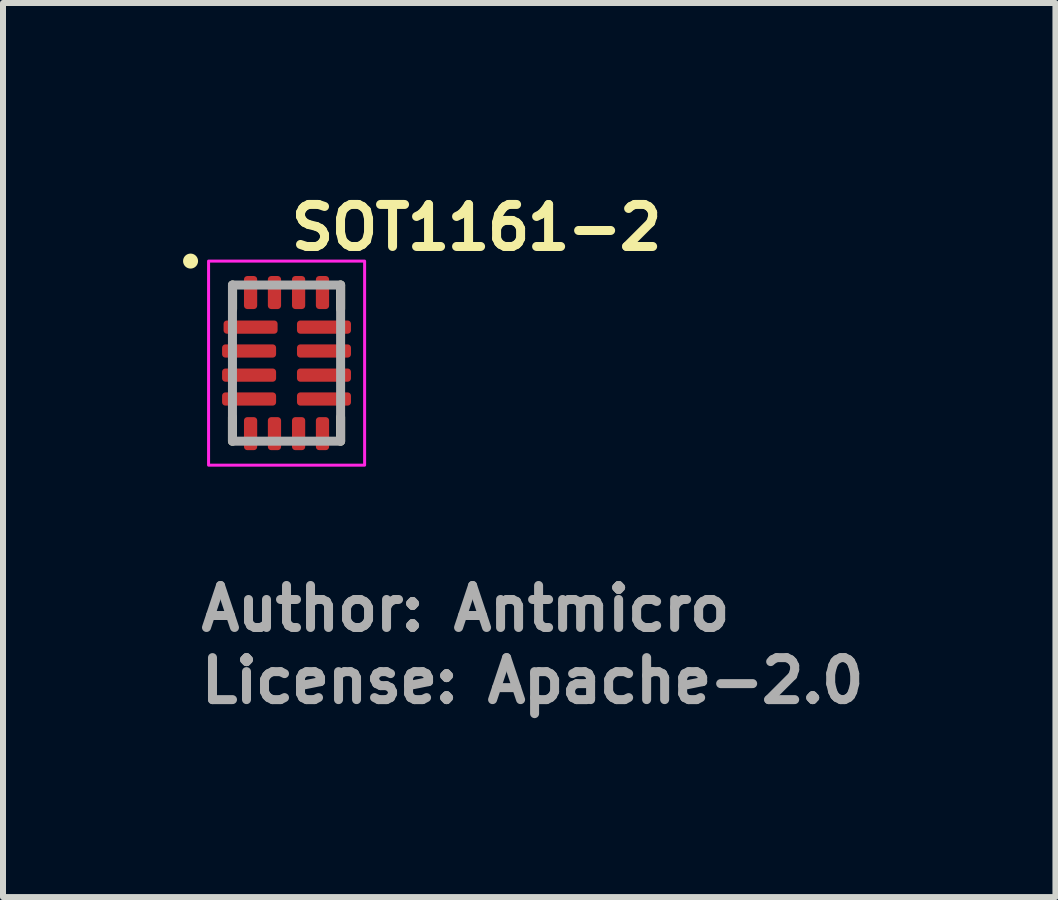
<source format=kicad_pcb>
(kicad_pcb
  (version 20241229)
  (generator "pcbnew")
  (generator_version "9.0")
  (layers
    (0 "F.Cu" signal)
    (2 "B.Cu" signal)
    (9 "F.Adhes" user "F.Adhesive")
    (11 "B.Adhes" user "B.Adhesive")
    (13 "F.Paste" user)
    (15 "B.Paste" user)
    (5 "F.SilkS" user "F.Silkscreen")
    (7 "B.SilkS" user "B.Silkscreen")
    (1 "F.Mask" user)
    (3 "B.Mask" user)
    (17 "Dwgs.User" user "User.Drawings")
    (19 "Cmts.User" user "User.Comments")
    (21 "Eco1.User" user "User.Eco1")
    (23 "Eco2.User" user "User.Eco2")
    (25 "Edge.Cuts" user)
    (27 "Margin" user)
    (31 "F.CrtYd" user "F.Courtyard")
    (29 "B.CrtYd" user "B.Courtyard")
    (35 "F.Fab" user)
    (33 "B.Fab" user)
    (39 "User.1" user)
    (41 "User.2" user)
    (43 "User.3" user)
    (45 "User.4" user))
  (footprint "SOT1161-2"
    (layer "F.Cu")
    (at 1.725 3)
    (property "Reference" "SOT1161-2" (at 0 -1.85 0) (layer "F.SilkS") (effects (font (size 0.7 0.7) (thickness 0.15)) (justify left bottom)))
    (attr smd)
    (fp_line (start -0.902 0.9) (end -0.902 1.3) (stroke (width 0.15) (type solid)) (layer "F.SilkS"))
    (fp_line (start -0.9 -0.9) (end -0.9 -1.3) (stroke (width 0.15) (type solid)) (layer "F.SilkS"))
    (fp_line (start 0.9 -0.901) (end 0.9 -1.301) (stroke (width 0.15) (type solid)) (layer "F.SilkS"))
    (fp_line (start 0.9 0.9) (end 0.9 1.3) (stroke (width 0.15) (type solid)) (layer "F.SilkS"))
    (fp_circle (center -1.6 -1.7) (end -1.55 -1.7) (stroke (width 0.15) (type solid)) (fill yes) (layer "F.SilkS"))
    (fp_rect (start -1.3 -1.7) (end 1.3 1.7) (stroke (width 0.05) (type solid)) (fill no) (layer "F.CrtYd"))
    (fp_line (start -0.902 -1.301) (end 0.9 -1.301) (stroke (width 0.15) (type solid)) (layer "F.Fab"))
    (fp_line (start -0.902 1.3) (end -0.902 -1.301) (stroke (width 0.15) (type solid)) (layer "F.Fab"))
    (fp_line (start 0.9 -1.301) (end 0.9 1.3) (stroke (width 0.15) (type solid)) (layer "F.Fab"))
    (fp_line (start 0.9 1.3) (end -0.902 1.3) (stroke (width 0.15) (type solid)) (layer "F.Fab"))
    (fp_rect (start -0.902 -1.301) (end 0.9 1.3) (stroke (width 0.1) (type solid)) (fill no) (layer "User.5"))
    (fp_line (start -0.902 -1.301) (end 0.9 -1.301) (stroke (width 0.02) (type solid)) (layer "User.9"))
    (fp_line (start -0.902 1.3) (end -0.902 -1.301) (stroke (width 0.02) (type solid)) (layer "User.9"))
    (fp_line (start 0.9 -1.301) (end 0.9 1.3) (stroke (width 0.02) (type solid)) (layer "User.9"))
    (fp_line (start 0.9 1.3) (end -0.902 1.3) (stroke (width 0.02) (type solid)) (layer "User.9"))
    (fp_text user "License: Apache-2.0" (at -1.5 5.7 0) (layer "F.Fab") (effects (font (size 0.7 0.7) (thickness 0.15)) (justify left bottom)))
    (fp_text user "Author: Antmicro" (at -1.5 4.498 0) (layer "F.Fab") (effects (font (size 0.7 0.7) (thickness 0.15)) (justify left bottom)))
    (pad "1" smd roundrect (at -0.6 -0.6 90) (size 0.22 0.9) (layers "F.Cu" "F.Mask" "F.Paste") (roundrect_rratio 0.25))
    (pad "2" smd roundrect (at -0.625 -0.202 90) (size 0.22 0.9) (layers "F.Cu" "F.Mask" "F.Paste") (roundrect_rratio 0.25))
    (pad "3" smd roundrect (at -0.625 0.2 90) (size 0.22 0.9) (layers "F.Cu" "F.Mask" "F.Paste") (roundrect_rratio 0.25))
    (pad "4" smd roundrect (at -0.625 0.598 90) (size 0.22 0.9) (layers "F.Cu" "F.Mask" "F.Paste") (roundrect_rratio 0.25))
    (pad "5" smd roundrect (at -0.6 1.175) (size 0.22 0.55) (layers "F.Cu" "F.Mask" "F.Paste") (roundrect_rratio 0.25))
    (pad "6" smd roundrect (at -0.202 1.175) (size 0.22 0.55) (layers "F.Cu" "F.Mask" "F.Paste") (roundrect_rratio 0.25))
    (pad "7" smd roundrect (at 0.2 1.175) (size 0.22 0.55) (layers "F.Cu" "F.Mask" "F.Paste") (roundrect_rratio 0.25))
    (pad "8" smd roundrect (at 0.598 1.175) (size 0.22 0.55) (layers "F.Cu" "F.Mask" "F.Paste") (roundrect_rratio 0.25))
    (pad "9" smd roundrect (at 0.623 0.598 90) (size 0.22 0.9) (layers "F.Cu" "F.Mask" "F.Paste") (roundrect_rratio 0.25))
    (pad "10" smd roundrect (at 0.623 0.2 90) (size 0.22 0.9) (layers "F.Cu" "F.Mask" "F.Paste") (roundrect_rratio 0.25))
    (pad "11" smd roundrect (at 0.623 -0.202 90) (size 0.22 0.9) (layers "F.Cu" "F.Mask" "F.Paste") (roundrect_rratio 0.25))
    (pad "12" smd roundrect (at 0.623 -0.6 90) (size 0.22 0.9) (layers "F.Cu" "F.Mask" "F.Paste") (roundrect_rratio 0.25))
    (pad "13" smd roundrect (at 0.598 -1.176) (size 0.22 0.55) (layers "F.Cu" "F.Mask" "F.Paste") (roundrect_rratio 0.25))
    (pad "14" smd roundrect (at 0.2 -1.176) (size 0.22 0.55) (layers "F.Cu" "F.Mask" "F.Paste") (roundrect_rratio 0.25))
    (pad "15" smd roundrect (at -0.202 -1.176) (size 0.22 0.55) (layers "F.Cu" "F.Mask" "F.Paste") (roundrect_rratio 0.25))
    (pad "16" smd roundrect (at -0.6 -1.176) (size 0.22 0.55) (layers "F.Cu" "F.Mask" "F.Paste") (roundrect_rratio 0.25)))
  (gr_rect
    (start -3 -3)
    (end 14.535 11.896)
    (stroke (width 0.1) (type default))
    (fill no)
    (layer "Edge.Cuts")))
</source>
